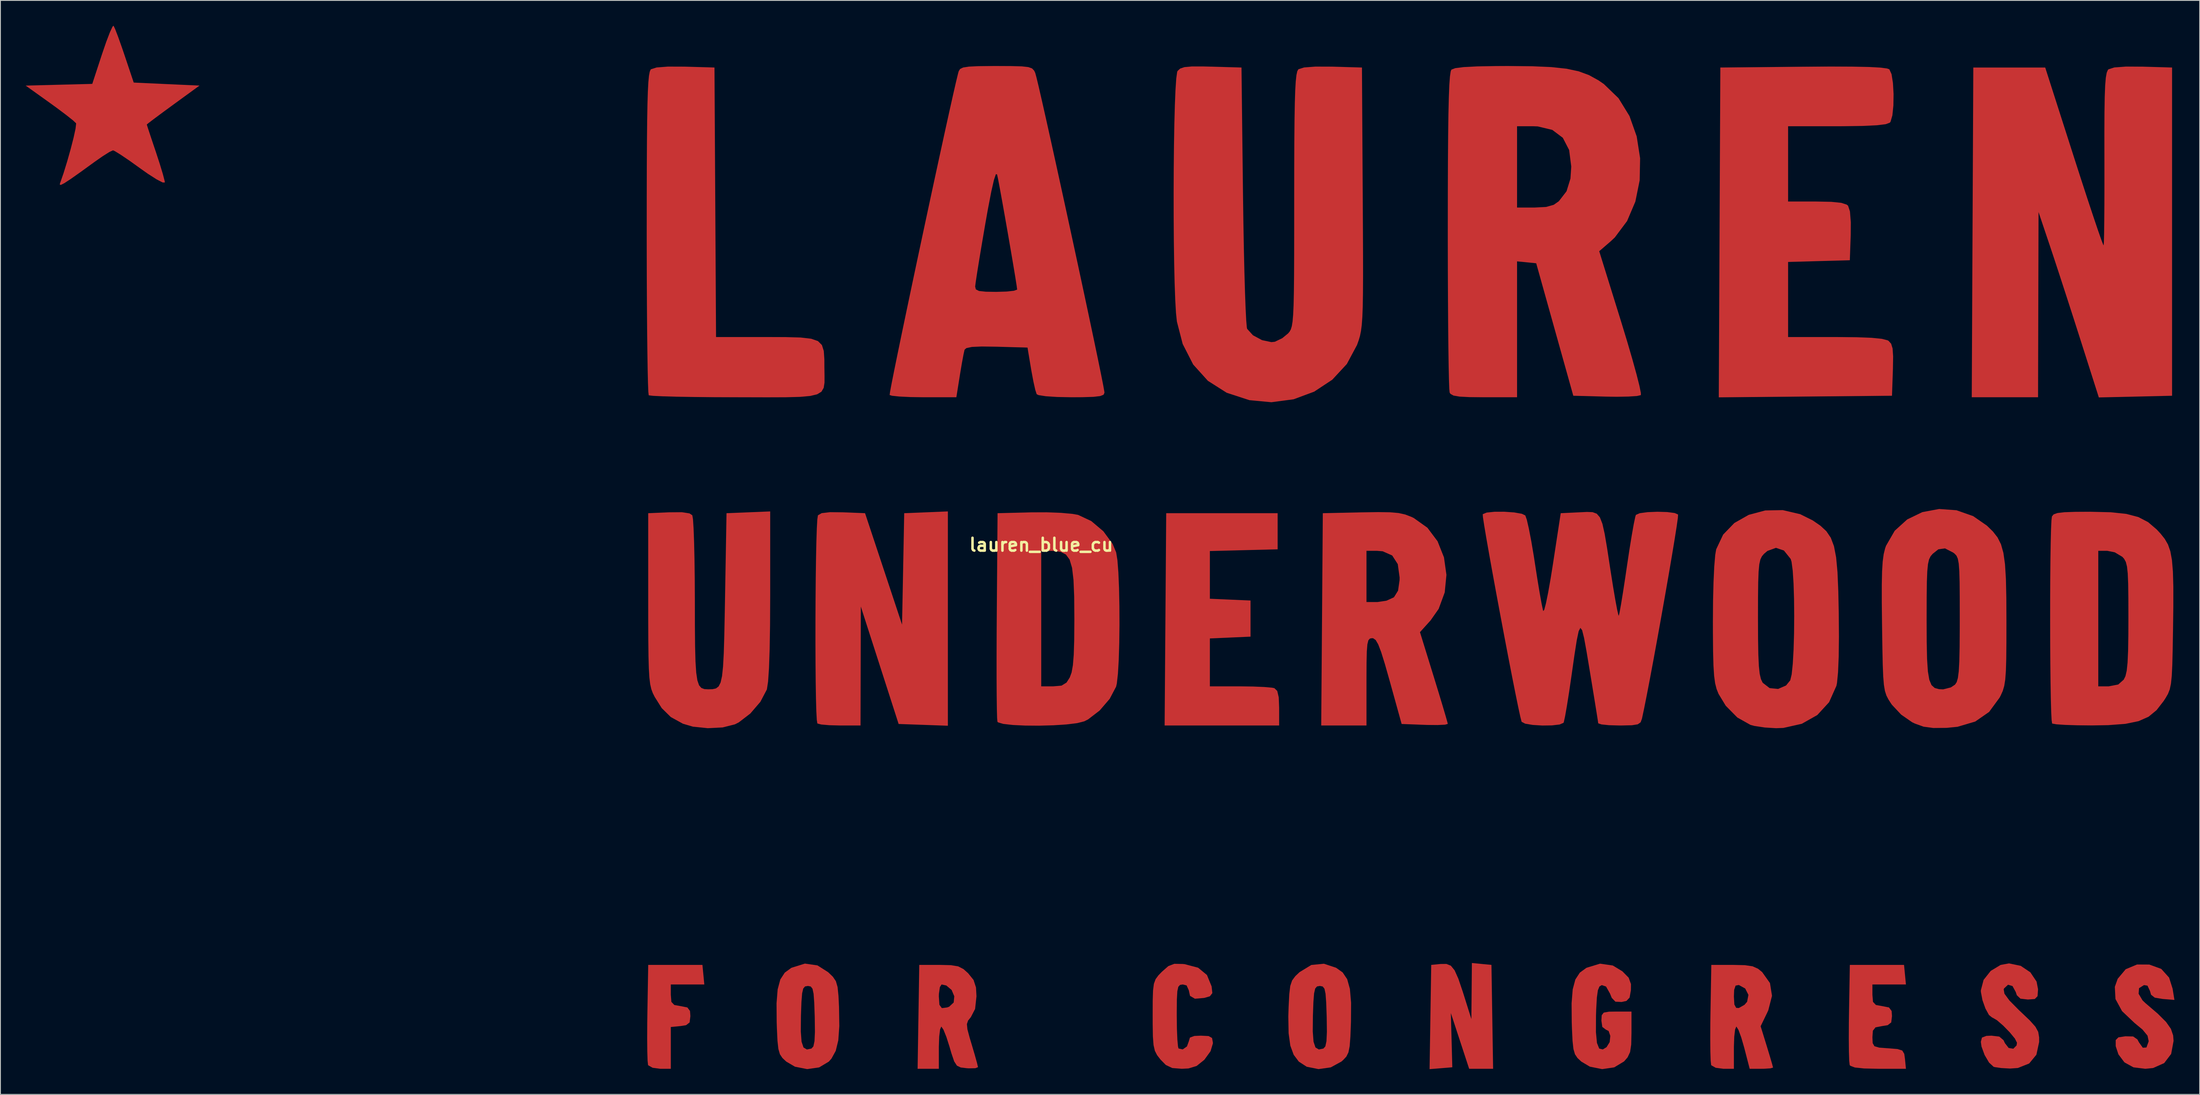
<source format=kicad_pcb>
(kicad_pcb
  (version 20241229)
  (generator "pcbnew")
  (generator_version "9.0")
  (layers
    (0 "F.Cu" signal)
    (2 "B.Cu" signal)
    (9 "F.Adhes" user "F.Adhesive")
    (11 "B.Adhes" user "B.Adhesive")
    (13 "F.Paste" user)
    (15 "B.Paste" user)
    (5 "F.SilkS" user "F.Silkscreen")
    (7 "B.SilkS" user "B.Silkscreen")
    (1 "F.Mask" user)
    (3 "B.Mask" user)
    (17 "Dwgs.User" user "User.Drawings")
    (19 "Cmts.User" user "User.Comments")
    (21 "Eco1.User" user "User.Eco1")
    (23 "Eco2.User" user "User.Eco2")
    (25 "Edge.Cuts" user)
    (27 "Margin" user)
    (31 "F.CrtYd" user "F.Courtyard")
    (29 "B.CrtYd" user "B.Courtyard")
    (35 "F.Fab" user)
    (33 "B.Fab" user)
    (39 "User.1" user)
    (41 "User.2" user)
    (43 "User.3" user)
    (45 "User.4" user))
  (footprint "lauren_blue_cu"
    (layer "F.Cu")
    (at 120.639 61.674)
    (property "Reference" "lauren_blue_cu" (at 0 0 0) (layer "F.SilkS") (effects (font (size 1.524 1.524) (thickness 0.3))))
    (attr through_hole)
    (fp_poly (pts (xy 52.32 49.794) (xy 53.483 49.906) (xy 53.679 62.248) (xy 50.833 62.248) (xy 48.661 55.63) (xy 48.747 58.849) (xy 48.832 62.069) (xy 46.132 62.292) (xy 46.23 56.099) (xy 46.328 49.906) (xy 47.432 49.798) (xy 48.133 49.792) (xy 48.663 50.006) (xy 49.108 50.553) (xy 49.551 51.546) (xy 50.076 53.095) (xy 50.199 53.483) (xy 51.098 56.345) (xy 51.158 49.681)) (stroke (width 0) (type solid)) (fill yes) (layer "F.Cu"))
    (fp_poly (pts (xy 28.083 0.537) (xy 24.058 0.638) (xy 20.034 0.739) (xy 20.034 6.407) (xy 22.449 6.513) (xy 24.863 6.618) (xy 24.863 10.911) (xy 22.449 11.017) (xy 20.034 11.123) (xy 20.034 16.814) (xy 23.582 16.814) (xy 25.157 16.835) (xy 26.499 16.892) (xy 27.422 16.974) (xy 27.696 17.031) (xy 28.038 17.363) (xy 28.214 18.121) (xy 28.262 19.357) (xy 28.262 21.465) (xy 14.658 21.465) (xy 14.846 -3.756) (xy 28.083 -3.756)) (stroke (width 0) (type solid)) (fill yes) (layer "F.Cu"))
    (fp_poly (pts (xy -40.022 52.231) (xy -44.003 52.231) (xy -44.003 53.46) (xy -43.933 54.301) (xy -43.586 54.67) (xy -42.84 54.802) (xy -42.034 54.963) (xy -41.722 55.381) (xy -41.677 55.987) (xy -41.768 56.74) (xy -42.188 57.069) (xy -42.84 57.173) (xy -44.003 57.285) (xy -44.003 62.248) (xy -45.266 62.248) (xy -46.162 62.129) (xy -46.681 61.835) (xy -46.707 61.786) (xy -46.761 61.285) (xy -46.796 60.202) (xy -46.81 58.67) (xy -46.802 56.822) (xy -46.785 55.615) (xy -46.686 49.906) (xy -40.246 49.906)) (stroke (width 0) (type solid)) (fill yes) (layer "F.Cu"))
    (fp_poly (pts (xy -11.09 21.494) (xy -14.015 21.39) (xy -16.94 21.286) (xy -19.186 14.31) (xy -21.432 7.334) (xy -21.465 21.465) (xy -23.909 21.465) (xy -25.172 21.432) (xy -26.135 21.347) (xy -26.592 21.227) (xy -26.592 21.226) (xy -26.66 20.811) (xy -26.716 19.783) (xy -26.76 18.241) (xy -26.792 16.289) (xy -26.812 14.028) (xy -26.822 11.559) (xy -26.82 8.983) (xy -26.808 6.402) (xy -26.786 3.918) (xy -26.753 1.632) (xy -26.711 -0.354) (xy -26.659 -1.939) (xy -26.598 -3.022) (xy -26.528 -3.5) (xy -26.526 -3.505) (xy -26.075 -3.764) (xy -25.09 -3.878) (xy -23.58 -3.863) (xy -20.928 -3.756) (xy -18.73 2.862) (xy -16.533 9.48) (xy -16.405 2.862) (xy -16.277 -3.756) (xy -13.684 -3.861) (xy -11.09 -3.967)) (stroke (width 0) (type solid)) (fill yes) (layer "F.Cu"))
    (fp_poly (pts (xy 102.719 52.231) (xy 98.738 52.231) (xy 98.738 53.46) (xy 98.807 54.301) (xy 99.155 54.67) (xy 99.901 54.802) (xy 100.706 54.963) (xy 101.019 55.381) (xy 101.063 55.987) (xy 100.973 56.74) (xy 100.553 57.069) (xy 99.901 57.173) (xy 99.108 57.324) (xy 98.792 57.729) (xy 98.738 58.496) (xy 98.769 59.201) (xy 98.981 59.572) (xy 99.554 59.736) (xy 100.616 59.814) (xy 101.711 59.902) (xy 102.283 60.081) (xy 102.521 60.475) (xy 102.606 61.085) (xy 102.719 62.248) (xy 99.465 62.248) (xy 97.738 62.211) (xy 96.645 62.095) (xy 96.108 61.888) (xy 96.034 61.786) (xy 95.98 61.285) (xy 95.945 60.202) (xy 95.931 58.67) (xy 95.939 56.822) (xy 95.956 55.615) (xy 96.055 49.906) (xy 102.494 49.906)) (stroke (width 0) (type solid)) (fill yes) (layer "F.Cu"))
    (fp_poly (pts (xy 130.809 -56.806) (xy 134.334 -56.703) (xy 134.334 -17.708) (xy 125.634 -17.508) (xy 123.435 -24.405) (xy 122.65 -26.858) (xy 121.827 -29.404) (xy 121.034 -31.843) (xy 120.334 -33.975) (xy 119.854 -35.417) (xy 118.471 -39.531) (xy 118.414 -17.53) (xy 110.538 -17.53) (xy 110.63 -37.116) (xy 110.723 -56.703) (xy 119.265 -56.703) (xy 122.671 -46.075) (xy 123.511 -43.468) (xy 124.284 -41.101) (xy 124.963 -39.054) (xy 125.52 -37.407) (xy 125.928 -36.242) (xy 126.16 -35.639) (xy 126.202 -35.573) (xy 126.233 -35.948) (xy 126.259 -36.949) (xy 126.279 -38.482) (xy 126.293 -40.456) (xy 126.299 -42.782) (xy 126.297 -45.366) (xy 126.296 -45.88) (xy 126.292 -48.936) (xy 126.303 -51.35) (xy 126.333 -53.198) (xy 126.385 -54.554) (xy 126.463 -55.492) (xy 126.569 -56.087) (xy 126.707 -56.412) (xy 126.775 -56.485) (xy 127.466 -56.71) (xy 128.846 -56.816)) (stroke (width 0) (type solid)) (fill yes) (layer "F.Cu"))
    (fp_poly (pts (xy 131.629 49.865) (xy 133.051 50.383) (xy 133.98 51.415) (xy 134.396 52.724) (xy 134.614 54.069) (xy 133.222 53.955) (xy 132.277 53.798) (xy 131.835 53.448) (xy 131.713 53.015) (xy 131.413 52.374) (xy 131.001 52.304) (xy 130.412 52.671) (xy 130.359 53.333) (xy 130.829 54.124) (xy 131.172 54.449) (xy 132.645 55.71) (xy 133.623 56.687) (xy 134.198 57.505) (xy 134.463 58.288) (xy 134.513 58.94) (xy 134.226 60.483) (xy 133.398 61.572) (xy 132.082 62.158) (xy 131.151 62.248) (xy 129.752 62.078) (xy 128.717 61.508) (xy 128.642 61.443) (xy 127.959 60.533) (xy 127.639 59.565) (xy 127.638 58.839) (xy 127.958 58.514) (xy 128.789 58.387) (xy 129.71 58.409) (xy 130.216 58.761) (xy 130.399 59.102) (xy 130.86 59.749) (xy 131.287 59.718) (xy 131.543 59.024) (xy 131.552 58.95) (xy 131.416 58.312) (xy 130.821 57.587) (xy 129.869 56.8) (xy 128.389 55.396) (xy 127.609 53.961) (xy 127.534 52.512) (xy 127.872 51.558) (xy 128.825 50.422) (xy 130.173 49.859)) (stroke (width 0) (type solid)) (fill yes) (layer "F.Cu"))
    (fp_poly (pts (xy 96.339 -56.809) (xy 98.303 -56.768) (xy 99.672 -56.694) (xy 100.485 -56.587) (xy 100.751 -56.486) (xy 101.01 -55.917) (xy 101.177 -54.861) (xy 101.251 -53.544) (xy 101.229 -52.189) (xy 101.11 -51.021) (xy 100.89 -50.262) (xy 100.813 -50.156) (xy 100.329 -49.973) (xy 99.271 -49.842) (xy 97.595 -49.762) (xy 95.259 -49.728) (xy 94.552 -49.727) (xy 88.721 -49.727) (xy 88.721 -40.783) (xy 92.076 -40.783) (xy 93.857 -40.747) (xy 95.028 -40.628) (xy 95.688 -40.414) (xy 95.847 -40.281) (xy 96.069 -39.607) (xy 96.171 -38.315) (xy 96.159 -36.793) (xy 96.055 -33.807) (xy 92.388 -33.705) (xy 88.721 -33.603) (xy 88.721 -24.685) (xy 94.377 -24.685) (xy 96.842 -24.662) (xy 98.653 -24.592) (xy 99.869 -24.469) (xy 100.552 -24.29) (xy 100.653 -24.231) (xy 100.961 -23.892) (xy 101.134 -23.33) (xy 101.198 -22.386) (xy 101.174 -20.901) (xy 101.169 -20.743) (xy 101.063 -17.708) (xy 90.775 -17.614) (xy 80.487 -17.519) (xy 80.579 -37.111) (xy 80.672 -56.703) (xy 90.466 -56.798) (xy 93.74 -56.819)) (stroke (width 0) (type solid)) (fill yes) (layer "F.Cu"))
    (fp_poly (pts (xy 83.58 49.939) (xy 84.503 50.074) (xy 85.154 50.366) (xy 85.646 50.768) (xy 86.568 52.065) (xy 86.81 53.578) (xy 86.371 55.294) (xy 86.233 55.596) (xy 85.459 57.195) (xy 86.196 59.58) (xy 86.561 60.783) (xy 86.825 61.686) (xy 86.932 62.102) (xy 86.932 62.107) (xy 86.615 62.196) (xy 85.826 62.245) (xy 85.545 62.248) (xy 84.158 62.248) (xy 83.509 59.744) (xy 83.156 58.524) (xy 82.827 57.632) (xy 82.589 57.244) (xy 82.57 57.239) (xy 82.428 57.567) (xy 82.325 58.429) (xy 82.282 59.644) (xy 82.282 59.744) (xy 82.282 62.248) (xy 81.018 62.248) (xy 80.123 62.129) (xy 79.603 61.835) (xy 79.578 61.786) (xy 79.523 61.285) (xy 79.488 60.202) (xy 79.474 58.67) (xy 79.483 56.822) (xy 79.5 55.615) (xy 79.534 53.662) (xy 82.282 53.662) (xy 82.339 54.614) (xy 82.554 55.01) (xy 82.869 55.03) (xy 83.541 54.648) (xy 83.851 54.288) (xy 84.009 53.47) (xy 83.624 52.71) (xy 82.869 52.294) (xy 82.488 52.363) (xy 82.314 52.872) (xy 82.282 53.662) (xy 79.534 53.662) (xy 79.599 49.906) (xy 82.164 49.906)) (stroke (width 0) (type solid)) (fill yes) (layer "F.Cu"))
    (fp_poly (pts (xy -42.408 -56.808) (xy -42.34 -56.806) (xy -38.815 -56.703) (xy -38.722 -40.694) (xy -38.629 -24.685) (xy -32.756 -24.685) (xy -30.357 -24.678) (xy -28.581 -24.627) (xy -27.333 -24.484) (xy -26.521 -24.201) (xy -26.051 -23.73) (xy -25.829 -23.023) (xy -25.762 -22.034) (xy -25.758 -21.111) (xy -25.742 -20.081) (xy -25.744 -19.268) (xy -25.841 -18.648) (xy -26.106 -18.194) (xy -26.616 -17.881) (xy -27.445 -17.683) (xy -28.669 -17.574) (xy -30.364 -17.529) (xy -32.605 -17.523) (xy -35.466 -17.529) (xy -36.29 -17.53) (xy -38.909 -17.538) (xy -41.293 -17.561) (xy -43.347 -17.596) (xy -44.98 -17.643) (xy -46.098 -17.697) (xy -46.608 -17.758) (xy -46.626 -17.768) (xy -46.672 -18.161) (xy -46.714 -19.203) (xy -46.753 -20.827) (xy -46.787 -22.966) (xy -46.817 -25.553) (xy -46.84 -28.523) (xy -46.856 -31.807) (xy -46.864 -35.339) (xy -46.865 -37.043) (xy -46.862 -41.319) (xy -46.854 -44.934) (xy -46.837 -47.941) (xy -46.812 -50.393) (xy -46.777 -52.344) (xy -46.73 -53.847) (xy -46.67 -54.957) (xy -46.596 -55.726) (xy -46.506 -56.208) (xy -46.399 -56.457) (xy -46.365 -56.494) (xy -45.696 -56.708) (xy -44.363 -56.813)) (stroke (width 0) (type solid)) (fill yes) (layer "F.Cu"))
    (fp_poly (pts (xy -26.583 49.965) (xy -25.316 50.771) (xy -24.748 51.316) (xy -24.394 51.839) (xy -24.193 52.53) (xy -24.085 53.583) (xy -24.021 54.898) (xy -23.985 57.17) (xy -24.106 58.866) (xy -24.408 60.112) (xy -24.914 61.035) (xy -25.229 61.393) (xy -26.384 62.085) (xy -27.81 62.287) (xy -29.256 62) (xy -30.299 61.385) (xy -30.746 60.965) (xy -31.042 60.522) (xy -31.224 59.898) (xy -31.331 58.936) (xy -31.384 57.807) (xy -28.562 57.807) (xy -28.469 59.032) (xy -28.237 59.719) (xy -27.84 59.955) (xy -27.299 59.847) (xy -27.068 59.592) (xy -26.934 58.969) (xy -26.883 57.865) (xy -26.905 56.168) (xy -26.908 56.034) (xy -26.965 54.392) (xy -27.043 53.336) (xy -27.171 52.74) (xy -27.378 52.474) (xy -27.694 52.41) (xy -27.725 52.41) (xy -28.054 52.464) (xy -28.27 52.713) (xy -28.404 53.286) (xy -28.485 54.313) (xy -28.543 55.923) (xy -28.544 55.958) (xy -28.562 57.807) (xy -31.384 57.807) (xy -31.4 57.48) (xy -31.426 56.71) (xy -31.443 54.468) (xy -31.311 52.816) (xy -30.996 51.641) (xy -30.468 50.829) (xy -29.695 50.265) (xy -29.66 50.247) (xy -28.071 49.751)) (stroke (width 0) (type solid)) (fill yes) (layer "F.Cu"))
    (fp_poly (pts (xy -10.736 49.938) (xy -9.866 50.081) (xy -9.234 50.405) (xy -8.683 50.898) (xy -8.038 51.697) (xy -7.749 52.591) (xy -7.692 53.633) (xy -7.855 55.139) (xy -8.358 56.112) (xy -8.691 56.524) (xy -8.83 56.942) (xy -8.769 57.556) (xy -8.502 58.557) (xy -8.268 59.335) (xy -7.899 60.581) (xy -7.63 61.547) (xy -7.514 62.04) (xy -7.513 62.057) (xy -7.827 62.181) (xy -8.607 62.196) (xy -8.854 62.18) (xy -9.563 62.093) (xy -10.017 61.874) (xy -10.344 61.364) (xy -10.669 60.407) (xy -10.888 59.654) (xy -11.268 58.462) (xy -11.616 57.599) (xy -11.861 57.241) (xy -11.872 57.239) (xy -12.015 57.567) (xy -12.12 58.429) (xy -12.163 59.644) (xy -12.163 59.744) (xy -12.163 62.248) (xy -14.685 62.248) (xy -14.587 56.077) (xy -14.548 53.662) (xy -12.163 53.662) (xy -12.094 54.647) (xy -11.805 55.042) (xy -11.18 54.962) (xy -10.941 54.876) (xy -10.401 54.375) (xy -10.328 53.636) (xy -10.645 52.886) (xy -11.275 52.353) (xy -11.835 52.231) (xy -12.041 52.548) (xy -12.155 53.341) (xy -12.163 53.662) (xy -14.548 53.662) (xy -14.489 49.906) (xy -12.082 49.906)) (stroke (width 0) (type solid)) (fill yes) (layer "F.Cu"))
    (fp_poly (pts (xy 35.027 50.247) (xy 35.809 50.804) (xy 36.346 51.605) (xy 36.668 52.763) (xy 36.808 54.395) (xy 36.795 56.613) (xy 36.792 56.71) (xy 36.728 58.412) (xy 36.641 59.556) (xy 36.494 60.299) (xy 36.249 60.797) (xy 35.868 61.207) (xy 35.665 61.385) (xy 34.394 62.081) (xy 32.934 62.287) (xy 31.535 62.005) (xy 30.595 61.393) (xy 29.985 60.578) (xy 29.59 59.5) (xy 29.387 58.031) (xy 29.383 57.807) (xy 32.255 57.807) (xy 32.348 59.032) (xy 32.579 59.719) (xy 32.977 59.955) (xy 33.518 59.847) (xy 33.749 59.592) (xy 33.883 58.969) (xy 33.934 57.865) (xy 33.912 56.168) (xy 33.909 56.034) (xy 33.852 54.392) (xy 33.774 53.336) (xy 33.646 52.74) (xy 33.439 52.474) (xy 33.123 52.41) (xy 33.092 52.41) (xy 32.763 52.464) (xy 32.547 52.713) (xy 32.413 53.286) (xy 32.332 54.313) (xy 32.274 55.923) (xy 32.273 55.958) (xy 32.255 57.807) (xy 29.383 57.807) (xy 29.352 56.046) (xy 29.387 54.898) (xy 29.464 53.39) (xy 29.582 52.405) (xy 29.803 51.752) (xy 30.186 51.239) (xy 30.682 50.771) (xy 32.084 49.915) (xy 33.581 49.768)) (stroke (width 0) (type solid)) (fill yes) (layer "F.Cu"))
    (fp_poly (pts (xy -110.012 -61.272) (xy -109.657 -60.348) (xy -109.199 -59.061) (xy -108.905 -58.198) (xy -107.803 -54.914) (xy -103.896 -54.735) (xy -99.99 -54.556) (xy -103.12 -52.279) (xy -104.389 -51.349) (xy -105.411 -50.59) (xy -106.068 -50.088) (xy -106.251 -49.931) (xy -106.144 -49.585) (xy -105.858 -48.714) (xy -105.442 -47.471) (xy -105.177 -46.686) (xy -104.707 -45.247) (xy -104.341 -44.038) (xy -104.133 -43.238) (xy -104.104 -43.045) (xy -104.368 -43.046) (xy -105.081 -43.414) (xy -106.126 -44.083) (xy -107.03 -44.722) (xy -108.287 -45.622) (xy -109.34 -46.336) (xy -110.049 -46.773) (xy -110.265 -46.865) (xy -110.694 -46.668) (xy -111.51 -46.154) (xy -112.437 -45.505) (xy -114.117 -44.287) (xy -115.299 -43.453) (xy -116.057 -42.958) (xy -116.463 -42.755) (xy -116.592 -42.8) (xy -116.559 -42.948) (xy -116.143 -44.142) (xy -115.705 -45.561) (xy -115.29 -47.031) (xy -114.945 -48.381) (xy -114.715 -49.439) (xy -114.646 -50.032) (xy -114.66 -50.088) (xy -115.026 -50.431) (xy -115.841 -51.078) (xy -116.967 -51.922) (xy -117.755 -52.493) (xy -120.639 -54.556) (xy -116.684 -54.657) (xy -112.729 -54.758) (xy -111.564 -58.312) (xy -111.069 -59.752) (xy -110.64 -60.874) (xy -110.329 -61.546) (xy -110.203 -61.674)) (stroke (width 0) (type solid)) (fill yes) (layer "F.Cu"))
    (fp_poly (pts (xy 67.899 49.979) (xy 69.036 50.669) (xy 69.784 51.428) (xy 70.057 52.188) (xy 70.048 52.905) (xy 69.895 53.788) (xy 69.518 54.188) (xy 68.946 54.313) (xy 68.207 54.277) (xy 67.771 53.823) (xy 67.563 53.311) (xy 67.093 52.476) (xy 66.589 52.306) (xy 66.312 52.471) (xy 66.125 52.924) (xy 66.004 53.789) (xy 65.926 55.192) (xy 65.901 55.962) (xy 65.894 57.9) (xy 66.016 59.179) (xy 66.283 59.846) (xy 66.711 59.95) (xy 67.155 59.679) (xy 67.524 59.08) (xy 67.602 58.341) (xy 67.398 57.757) (xy 67.077 57.597) (xy 66.651 57.277) (xy 66.541 56.524) (xy 66.58 55.889) (xy 66.82 55.572) (xy 67.446 55.463) (xy 68.33 55.451) (xy 70.118 55.451) (xy 70.118 57.971) (xy 70.086 59.364) (xy 69.952 60.262) (xy 69.658 60.888) (xy 69.24 61.37) (xy 68.066 62.08) (xy 66.627 62.289) (xy 65.172 61.996) (xy 64.146 61.385) (xy 63.699 60.965) (xy 63.403 60.522) (xy 63.221 59.898) (xy 63.114 58.936) (xy 63.045 57.48) (xy 63.02 56.71) (xy 63.002 54.468) (xy 63.134 52.816) (xy 63.449 51.641) (xy 63.978 50.829) (xy 64.75 50.265) (xy 64.785 50.247) (xy 66.383 49.76)) (stroke (width 0) (type solid)) (fill yes) (layer "F.Cu"))
    (fp_poly (pts (xy 16.807 49.796) (xy 17.05 49.822) (xy 18.639 50.242) (xy 19.687 51.108) (xy 20.24 52.459) (xy 20.241 52.464) (xy 20.328 53.257) (xy 20.035 53.635) (xy 19.364 53.831) (xy 18.26 53.927) (xy 17.674 53.584) (xy 17.53 52.925) (xy 17.266 52.343) (xy 16.814 52.231) (xy 16.493 52.279) (xy 16.285 52.507) (xy 16.167 53.043) (xy 16.113 54.015) (xy 16.099 55.549) (xy 16.099 55.928) (xy 16.118 57.485) (xy 16.171 58.762) (xy 16.248 59.599) (xy 16.312 59.838) (xy 16.811 59.946) (xy 17.31 59.592) (xy 17.53 58.99) (xy 17.664 58.544) (xy 18.189 58.348) (xy 18.961 58.313) (xy 19.881 58.36) (xy 20.291 58.59) (xy 20.391 59.132) (xy 20.392 59.235) (xy 20.116 60.159) (xy 19.403 61.144) (xy 19.346 61.202) (xy 18.46 61.914) (xy 17.492 62.209) (xy 16.695 62.248) (xy 15.567 62.159) (xy 14.797 61.793) (xy 14.163 61.147) (xy 13.763 60.63) (xy 13.498 60.109) (xy 13.341 59.427) (xy 13.264 58.425) (xy 13.239 56.948) (xy 13.237 55.932) (xy 13.242 54.163) (xy 13.28 52.954) (xy 13.383 52.153) (xy 13.583 51.605) (xy 13.913 51.156) (xy 14.327 50.728) (xy 15.1 50.049) (xy 15.811 49.777)) (stroke (width 0) (type solid)) (fill yes) (layer "F.Cu"))
    (fp_poly (pts (xy 41.429 -3.866) (xy 42.449 -3.776) (xy 43.241 -3.6) (xy 43.966 -3.32) (xy 44.248 -3.187) (xy 45.877 -2.028) (xy 47.083 -0.419) (xy 47.844 1.495) (xy 48.135 3.568) (xy 47.932 5.655) (xy 47.212 7.612) (xy 46.253 8.979) (xy 44.992 10.376) (xy 46.644 15.718) (xy 47.21 17.562) (xy 47.692 19.159) (xy 48.055 20.387) (xy 48.262 21.124) (xy 48.296 21.278) (xy 47.967 21.368) (xy 47.097 21.411) (xy 45.858 21.401) (xy 45.554 21.39) (xy 42.813 21.286) (xy 41.399 16.188) (xy 40.825 14.168) (xy 40.382 12.746) (xy 40.029 11.826) (xy 39.729 11.312) (xy 39.44 11.107) (xy 39.311 11.09) (xy 39.048 11.135) (xy 38.863 11.343) (xy 38.744 11.821) (xy 38.676 12.676) (xy 38.645 14.016) (xy 38.637 15.949) (xy 38.637 16.277) (xy 38.637 21.465) (xy 33.261 21.465) (xy 33.416 0.715) (xy 38.637 0.715) (xy 38.637 6.797) (xy 39.95 6.797) (xy 41.016 6.639) (xy 41.859 6.254) (xy 41.918 6.205) (xy 42.388 5.444) (xy 42.567 4.197) (xy 42.572 3.88) (xy 42.354 2.296) (xy 41.691 1.266) (xy 40.565 0.769) (xy 39.889 0.715) (xy 38.637 0.715) (xy 33.416 0.715) (xy 33.449 -3.756) (xy 38.054 -3.857) (xy 40.017 -3.887)) (stroke (width 0) (type solid)) (fill yes) (layer "F.Cu"))
    (fp_poly (pts (xy 116.352 50.018) (xy 117.502 50.79) (xy 118.238 51.888) (xy 118.414 52.799) (xy 118.354 53.625) (xy 118.026 53.958) (xy 117.211 54.02) (xy 117.201 54.02) (xy 116.322 53.918) (xy 115.891 53.509) (xy 115.763 53.125) (xy 115.378 52.42) (xy 114.847 52.263) (xy 114.381 52.7) (xy 114.333 52.812) (xy 114.422 53.329) (xy 115.015 54.137) (xy 116.153 55.288) (xy 116.346 55.468) (xy 117.439 56.509) (xy 118.1 57.249) (xy 118.433 57.861) (xy 118.542 58.515) (xy 118.542 59.072) (xy 118.217 60.578) (xy 117.36 61.619) (xy 116.015 62.154) (xy 115.085 62.22) (xy 114.033 62.16) (xy 113.257 62.047) (xy 113.13 62.008) (xy 112.592 61.51) (xy 112.063 60.61) (xy 111.696 59.608) (xy 111.617 59.046) (xy 111.749 58.543) (xy 112.275 58.339) (xy 112.878 58.313) (xy 113.811 58.424) (xy 114.316 58.855) (xy 114.476 59.2) (xy 114.926 59.778) (xy 115.475 59.866) (xy 115.86 59.476) (xy 115.91 59.151) (xy 115.664 58.662) (xy 115.056 57.922) (xy 114.282 57.129) (xy 113.534 56.48) (xy 113.008 56.173) (xy 112.968 56.168) (xy 112.58 55.855) (xy 112.159 55.082) (xy 111.807 54.091) (xy 111.624 53.126) (xy 111.617 52.937) (xy 111.942 51.69) (xy 112.791 50.619) (xy 113.968 49.91) (xy 114.961 49.727)) (stroke (width 0) (type solid)) (fill yes) (layer "F.Cu"))
    (fp_poly (pts (xy -32.197 6.013) (xy -32.213 9.513) (xy -32.261 12.401) (xy -32.339 14.653) (xy -32.447 16.242) (xy -32.584 17.145) (xy -32.603 17.208) (xy -33.363 18.654) (xy -34.554 20.04) (xy -35.925 21.093) (xy -36.389 21.329) (xy -37.842 21.695) (xy -39.615 21.786) (xy -41.371 21.605) (xy -42.561 21.256) (xy -44.007 20.459) (xy -45.084 19.398) (xy -45.919 18.066) (xy -46.143 17.618) (xy -46.318 17.146) (xy -46.451 16.563) (xy -46.548 15.779) (xy -46.613 14.705) (xy -46.654 13.253) (xy -46.676 11.333) (xy -46.685 8.857) (xy -46.686 6.439) (xy -46.686 -3.756) (xy -44.214 -3.863) (xy -42.686 -3.873) (xy -41.779 -3.731) (xy -41.447 -3.506) (xy -41.368 -3.037) (xy -41.298 -1.95) (xy -41.237 -0.345) (xy -41.19 1.682) (xy -41.159 4.033) (xy -41.146 6.608) (xy -41.146 6.636) (xy -41.141 9.657) (xy -41.119 12.039) (xy -41.071 13.856) (xy -40.984 15.186) (xy -40.847 16.103) (xy -40.649 16.684) (xy -40.377 17.004) (xy -40.022 17.14) (xy -39.57 17.166) (xy -39.549 17.166) (xy -39.04 17.15) (xy -38.636 17.061) (xy -38.324 16.823) (xy -38.089 16.361) (xy -37.918 15.599) (xy -37.797 14.463) (xy -37.712 12.877) (xy -37.648 10.765) (xy -37.594 8.053) (xy -37.563 6.363) (xy -37.385 -3.756) (xy -34.791 -3.861) (xy -32.197 -3.967)) (stroke (width 0) (type solid)) (fill yes) (layer "F.Cu"))
    (fp_poly (pts (xy 2.354 -3.798) (xy 3.72 -3.674) (xy 4.377 -3.555) (xy 5.944 -2.822) (xy 7.384 -1.605) (xy 8.477 -0.12) (xy 8.902 0.902) (xy 9.051 1.823) (xy 9.164 3.289) (xy 9.243 5.155) (xy 9.286 7.272) (xy 9.295 9.493) (xy 9.269 11.671) (xy 9.208 13.658) (xy 9.112 15.307) (xy 8.982 16.47) (xy 8.896 16.85) (xy 8.135 18.296) (xy 6.944 19.682) (xy 5.574 20.736) (xy 5.109 20.971) (xy 4.278 21.183) (xy 3.003 21.34) (xy 1.443 21.441) (xy -0.246 21.486) (xy -1.906 21.475) (xy -3.379 21.405) (xy -4.507 21.278) (xy -5.133 21.092) (xy -5.203 21.015) (xy -5.242 20.562) (xy -5.271 19.479) (xy -5.292 17.854) (xy -5.298 16.814) (xy 0 16.814) (xy 1.422 16.814) (xy 2.417 16.728) (xy 3.007 16.362) (xy 3.389 15.759) (xy 3.606 15.171) (xy 3.761 14.308) (xy 3.862 13.06) (xy 3.917 11.321) (xy 3.935 8.984) (xy 3.935 8.759) (xy 3.915 6.15) (xy 3.833 4.17) (xy 3.662 2.735) (xy 3.371 1.758) (xy 2.931 1.155) (xy 2.313 0.84) (xy 1.487 0.728) (xy 1.163 0.721) (xy 0 0.715) (xy 0 16.814) (xy -5.298 16.814) (xy -5.304 15.772) (xy -5.305 13.319) (xy -5.296 10.582) (xy -5.282 8.405) (xy -5.187 -3.756) (xy -1.155 -3.858) (xy 0.655 -3.863)) (stroke (width 0) (type solid)) (fill yes) (layer "F.Cu"))
    (fp_poly (pts (xy 127.043 -3.869) (xy 128.897 -3.673) (xy 130.331 -3.296) (xy 131.49 -2.691) (xy 132.518 -1.813) (xy 132.971 -1.323) (xy 133.467 -0.7) (xy 133.849 -0.035) (xy 134.129 0.769) (xy 134.32 1.809) (xy 134.434 3.182) (xy 134.485 4.985) (xy 134.484 7.315) (xy 134.448 10.044) (xy 134.407 12.447) (xy 134.362 14.249) (xy 134.299 15.562) (xy 134.202 16.5) (xy 134.058 17.178) (xy 133.85 17.709) (xy 133.564 18.206) (xy 133.326 18.569) (xy 132.493 19.642) (xy 131.544 20.422) (xy 130.353 20.95) (xy 128.797 21.27) (xy 126.75 21.425) (xy 124.824 21.457) (xy 123.096 21.442) (xy 121.636 21.395) (xy 120.588 21.324) (xy 120.096 21.236) (xy 120.084 21.226) (xy 120.024 20.821) (xy 119.973 19.803) (xy 119.93 18.271) (xy 119.897 16.329) (xy 119.872 14.077) (xy 119.856 11.617) (xy 119.85 9.051) (xy 119.852 6.479) (xy 119.864 4.004) (xy 119.885 1.726) (xy 119.901 0.715) (xy 125.569 0.715) (xy 125.569 16.814) (xy 126.801 16.814) (xy 127.939 16.596) (xy 128.59 16.019) (xy 128.795 15.603) (xy 128.945 14.961) (xy 129.047 13.989) (xy 129.11 12.587) (xy 129.14 10.652) (xy 129.146 8.685) (xy 129.141 6.355) (xy 129.119 4.633) (xy 129.068 3.411) (xy 128.979 2.582) (xy 128.841 2.038) (xy 128.643 1.672) (xy 128.431 1.431) (xy 127.529 0.892) (xy 126.642 0.715) (xy 125.569 0.715) (xy 119.901 0.715) (xy 119.916 -0.252) (xy 119.956 -1.829) (xy 120.006 -2.905) (xy 120.062 -3.369) (xy 120.262 -3.613) (xy 120.717 -3.776) (xy 121.545 -3.873) (xy 122.863 -3.919) (xy 124.623 -3.927)) (stroke (width 0) (type solid)) (fill yes) (layer "F.Cu"))
    (fp_poly (pts (xy 58.324 -56.854) (xy 60.598 -56.754) (xy 62.399 -56.561) (xy 63.849 -56.25) (xy 65.07 -55.8) (xy 66.18 -55.188) (xy 66.834 -54.741) (xy 68.576 -53.059) (xy 69.879 -50.942) (xy 70.736 -48.523) (xy 71.141 -45.932) (xy 71.091 -43.305) (xy 70.577 -40.771) (xy 69.596 -38.465) (xy 68.14 -36.518) (xy 67.643 -36.052) (xy 66.285 -34.88) (xy 68.899 -26.473) (xy 69.61 -24.142) (xy 70.224 -22.036) (xy 70.717 -20.252) (xy 71.062 -18.885) (xy 71.233 -18.031) (xy 71.232 -17.785) (xy 70.779 -17.68) (xy 69.771 -17.612) (xy 68.368 -17.588) (xy 67.078 -17.606) (xy 63.205 -17.708) (xy 61.001 -25.579) (xy 58.798 -33.449) (xy 56.524 -33.674) (xy 56.524 -17.53) (xy 52.627 -17.53) (xy 50.858 -17.546) (xy 49.681 -17.608) (xy 48.974 -17.731) (xy 48.613 -17.932) (xy 48.513 -18.095) (xy 48.471 -18.553) (xy 48.432 -19.658) (xy 48.396 -21.339) (xy 48.365 -23.53) (xy 48.338 -26.16) (xy 48.318 -29.16) (xy 48.303 -32.463) (xy 48.296 -35.997) (xy 48.296 -37.342) (xy 48.3 -41.761) (xy 48.313 -45.506) (xy 48.337 -48.622) (xy 48.352 -49.727) (xy 56.524 -49.727) (xy 56.524 -40.068) (xy 58.603 -40.068) (xy 59.975 -40.138) (xy 60.882 -40.393) (xy 61.487 -40.817) (xy 62.4 -41.999) (xy 62.867 -43.508) (xy 62.963 -44.938) (xy 62.711 -46.901) (xy 61.959 -48.355) (xy 60.713 -49.292) (xy 58.982 -49.706) (xy 58.412 -49.727) (xy 56.524 -49.727) (xy 48.352 -49.727) (xy 48.371 -51.149) (xy 48.418 -53.132) (xy 48.477 -54.613) (xy 48.551 -55.633) (xy 48.639 -56.237) (xy 48.725 -56.452) (xy 49.185 -56.628) (xy 50.195 -56.755) (xy 51.802 -56.837) (xy 54.053 -56.877) (xy 55.457 -56.882)) (stroke (width 0) (type solid)) (fill yes) (layer "F.Cu"))
    (fp_poly (pts (xy 90.158 -3.638) (xy 91.652 -2.895) (xy 92.563 -2.267) (xy 93.268 -1.615) (xy 93.795 -0.838) (xy 94.172 0.165) (xy 94.427 1.492) (xy 94.589 3.244) (xy 94.685 5.522) (xy 94.739 8.094) (xy 94.761 10.916) (xy 94.732 13.293) (xy 94.655 15.148) (xy 94.532 16.403) (xy 94.462 16.753) (xy 93.592 18.699) (xy 92.192 20.222) (xy 90.351 21.261) (xy 88.157 21.755) (xy 87.29 21.786) (xy 85.952 21.705) (xy 84.733 21.521) (xy 84.249 21.392) (xy 82.687 20.513) (xy 81.31 19.115) (xy 80.456 17.708) (xy 80.224 17.125) (xy 80.052 16.444) (xy 79.932 15.553) (xy 79.854 14.34) (xy 79.81 12.693) (xy 79.79 10.5) (xy 79.787 9.123) (xy 79.791 8.685) (xy 85.144 8.685) (xy 85.153 11.165) (xy 85.185 13.03) (xy 85.247 14.381) (xy 85.347 15.32) (xy 85.493 15.947) (xy 85.691 16.363) (xy 85.715 16.397) (xy 86.529 17.025) (xy 87.536 17.122) (xy 88.476 16.714) (xy 88.976 16.099) (xy 89.145 15.397) (xy 89.277 14.133) (xy 89.372 12.456) (xy 89.429 10.514) (xy 89.447 8.455) (xy 89.427 6.428) (xy 89.368 4.579) (xy 89.269 3.059) (xy 89.13 2.015) (xy 89.025 1.676) (xy 88.224 0.678) (xy 87.277 0.357) (xy 86.264 0.728) (xy 85.859 1.073) (xy 85.611 1.366) (xy 85.427 1.747) (xy 85.299 2.318) (xy 85.217 3.186) (xy 85.17 4.453) (xy 85.149 6.224) (xy 85.144 8.604) (xy 85.144 8.685) (xy 79.791 8.685) (xy 79.806 6.641) (xy 79.862 4.414) (xy 79.95 2.562) (xy 80.064 1.205) (xy 80.177 0.537) (xy 81.003 -1.211) (xy 82.335 -2.59) (xy 84.045 -3.56) (xy 86.004 -4.083) (xy 88.084 -4.122)) (stroke (width 0) (type solid)) (fill yes) (layer "F.Cu"))
    (fp_poly (pts (xy 20.218 -56.806) (xy 23.79 -56.703) (xy 23.97 -41.499) (xy 24.016 -38.249) (xy 24.071 -35.207) (xy 24.135 -32.451) (xy 24.205 -30.058) (xy 24.278 -28.105) (xy 24.351 -26.671) (xy 24.423 -25.833) (xy 24.461 -25.655) (xy 25.152 -24.893) (xy 26.223 -24.316) (xy 27.339 -24.08) (xy 27.754 -24.123) (xy 28.633 -24.546) (xy 29.325 -25.114) (xy 29.502 -25.325) (xy 29.648 -25.588) (xy 29.765 -25.969) (xy 29.857 -26.535) (xy 29.927 -27.354) (xy 29.978 -28.492) (xy 30.012 -30.015) (xy 30.034 -31.992) (xy 30.045 -34.489) (xy 30.05 -37.573) (xy 30.051 -40.986) (xy 30.054 -44.768) (xy 30.066 -47.895) (xy 30.088 -50.427) (xy 30.122 -52.424) (xy 30.17 -53.946) (xy 30.234 -55.052) (xy 30.316 -55.805) (xy 30.417 -56.262) (xy 30.541 -56.485) (xy 30.551 -56.494) (xy 31.219 -56.708) (xy 32.553 -56.813) (xy 34.508 -56.808) (xy 34.575 -56.806) (xy 38.1 -56.703) (xy 38.193 -41.254) (xy 38.215 -37.52) (xy 38.228 -34.429) (xy 38.231 -31.911) (xy 38.22 -29.894) (xy 38.193 -28.306) (xy 38.147 -27.076) (xy 38.078 -26.132) (xy 37.985 -25.402) (xy 37.865 -24.815) (xy 37.714 -24.3) (xy 37.53 -23.784) (xy 37.513 -23.738) (xy 36.304 -21.48) (xy 34.574 -19.615) (xy 32.43 -18.199) (xy 29.983 -17.289) (xy 27.342 -16.939) (xy 24.732 -17.183) (xy 22.03 -18.065) (xy 19.797 -19.484) (xy 18.049 -21.421) (xy 16.803 -23.859) (xy 16.116 -26.519) (xy 16.008 -27.545) (xy 15.918 -29.114) (xy 15.845 -31.133) (xy 15.79 -33.508) (xy 15.752 -36.145) (xy 15.732 -38.95) (xy 15.728 -41.829) (xy 15.74 -44.688) (xy 15.768 -47.434) (xy 15.813 -49.972) (xy 15.873 -52.208) (xy 15.949 -54.049) (xy 16.04 -55.4) (xy 16.146 -56.167) (xy 16.193 -56.291) (xy 16.502 -56.577) (xy 17.013 -56.75) (xy 17.871 -56.828) (xy 19.219 -56.83)) (stroke (width 0) (type solid)) (fill yes) (layer "F.Cu"))
    (fp_poly (pts (xy 108.719 -4.107) (xy 110.706 -3.408) (xy 112.338 -2.278) (xy 113.05 -1.584) (xy 113.601 -0.881) (xy 114.01 -0.067) (xy 114.298 0.959) (xy 114.487 2.298) (xy 114.596 4.052) (xy 114.646 6.32) (xy 114.658 9.123) (xy 114.654 11.643) (xy 114.636 13.559) (xy 114.593 14.978) (xy 114.517 16.011) (xy 114.396 16.768) (xy 114.222 17.358) (xy 113.983 17.891) (xy 113.846 18.155) (xy 112.602 19.851) (xy 110.952 20.996) (xy 108.845 21.62) (xy 107.535 21.748) (xy 105.969 21.762) (xy 104.814 21.607) (xy 103.777 21.233) (xy 103.449 21.074) (xy 102.15 20.172) (xy 101.049 18.997) (xy 100.945 18.847) (xy 100.634 18.362) (xy 100.398 17.901) (xy 100.224 17.362) (xy 100.102 16.638) (xy 100.019 15.626) (xy 99.963 14.223) (xy 99.922 12.323) (xy 99.885 9.823) (xy 99.881 9.522) (xy 99.874 8.918) (xy 105.177 8.918) (xy 105.187 11.558) (xy 105.23 13.568) (xy 105.326 15.033) (xy 105.496 16.038) (xy 105.761 16.669) (xy 106.139 17.011) (xy 106.652 17.15) (xy 107.145 17.172) (xy 108.06 16.939) (xy 108.551 16.61) (xy 108.745 16.318) (xy 108.89 15.822) (xy 108.993 15.028) (xy 109.059 13.842) (xy 109.096 12.169) (xy 109.111 9.915) (xy 109.113 8.76) (xy 109.11 6.301) (xy 109.096 4.459) (xy 109.059 3.135) (xy 108.991 2.231) (xy 108.881 1.647) (xy 108.72 1.285) (xy 108.496 1.047) (xy 108.318 0.915) (xy 107.359 0.424) (xy 106.57 0.535) (xy 105.893 1.073) (xy 105.648 1.361) (xy 105.466 1.735) (xy 105.338 2.296) (xy 105.255 3.147) (xy 105.206 4.39) (xy 105.184 6.126) (xy 105.178 8.459) (xy 105.177 8.918) (xy 99.874 8.918) (xy 99.851 6.825) (xy 99.851 4.739) (xy 99.885 3.16) (xy 99.958 1.984) (xy 100.076 1.108) (xy 100.244 0.427) (xy 100.351 0.121) (xy 101.384 -1.669) (xy 102.867 -3.012) (xy 104.67 -3.884) (xy 106.664 -4.257)) (stroke (width 0) (type solid)) (fill yes) (layer "F.Cu"))
    (fp_poly (pts (xy -3.522 -56.875) (xy -2.296 -56.839) (xy -1.527 -56.752) (xy -1.085 -56.591) (xy -0.842 -56.334) (xy -0.717 -56.077) (xy -0.581 -55.587) (xy -0.314 -54.48) (xy 0.065 -52.834) (xy 0.539 -50.732) (xy 1.092 -48.252) (xy 1.705 -45.475) (xy 2.361 -42.48) (xy 3.044 -39.348) (xy 3.735 -36.159) (xy 4.418 -32.993) (xy 5.075 -29.93) (xy 5.688 -27.051) (xy 6.241 -24.434) (xy 6.716 -22.161) (xy 7.095 -20.311) (xy 7.362 -18.965) (xy 7.498 -18.202) (xy 7.513 -18.073) (xy 7.404 -17.829) (xy 7.002 -17.67) (xy 6.191 -17.577) (xy 4.858 -17.536) (xy 3.599 -17.53) (xy 1.887 -17.562) (xy 0.54 -17.65) (xy -0.311 -17.783) (xy -0.54 -17.893) (xy -0.707 -18.406) (xy -0.934 -19.417) (xy -1.176 -20.716) (xy -1.198 -20.845) (xy -1.63 -23.432) (xy -5.293 -23.534) (xy -7.077 -23.559) (xy -8.243 -23.507) (xy -8.891 -23.371) (xy -9.106 -23.177) (xy -9.233 -22.613) (xy -9.428 -21.562) (xy -9.65 -20.24) (xy -9.668 -20.123) (xy -10.082 -17.53) (xy -13.963 -17.53) (xy -15.554 -17.553) (xy -16.861 -17.616) (xy -17.731 -17.708) (xy -18.009 -17.798) (xy -17.959 -18.173) (xy -17.773 -19.169) (xy -17.467 -20.71) (xy -17.058 -22.716) (xy -16.563 -25.111) (xy -15.997 -27.818) (xy -15.396 -30.677) (xy -7.848 -30.677) (xy -7.766 -30.345) (xy -7.394 -30.155) (xy -6.584 -30.069) (xy -5.366 -30.051) (xy -4.132 -30.087) (xy -3.238 -30.183) (xy -2.864 -30.317) (xy -2.862 -30.328) (xy -2.922 -30.794) (xy -3.085 -31.827) (xy -3.328 -33.289) (xy -3.626 -35.042) (xy -3.956 -36.95) (xy -4.294 -38.875) (xy -4.615 -40.68) (xy -4.896 -42.226) (xy -5.113 -43.377) (xy -5.243 -43.995) (xy -5.244 -44.003) (xy -5.387 -44.032) (xy -5.616 -43.351) (xy -5.933 -41.961) (xy -6.337 -39.864) (xy -6.65 -38.1) (xy -7.018 -35.946) (xy -7.342 -34.008) (xy -7.601 -32.404) (xy -7.776 -31.257) (xy -7.848 -30.688) (xy -7.848 -30.677) (xy -15.396 -30.677) (xy -15.379 -30.758) (xy -14.723 -33.854) (xy -14.047 -37.028) (xy -13.367 -40.204) (xy -12.7 -43.302) (xy -12.062 -46.247) (xy -11.471 -48.959) (xy -10.941 -51.362) (xy -10.491 -53.378) (xy -10.136 -54.93) (xy -9.893 -55.939) (xy -9.806 -56.256) (xy -9.646 -56.523) (xy -9.282 -56.703) (xy -8.592 -56.811) (xy -7.455 -56.865) (xy -5.748 -56.881) (xy -5.334 -56.882)) (stroke (width 0) (type solid)) (fill yes) (layer "F.Cu"))
    (fp_poly (pts (xy 56.178 -3.848) (xy 57.093 -3.687) (xy 57.504 -3.488) (xy 57.681 -2.989) (xy 57.927 -1.92) (xy 58.216 -0.42) (xy 58.519 1.373) (xy 58.638 2.146) (xy 58.93 4.027) (xy 59.204 5.68) (xy 59.434 6.963) (xy 59.596 7.737) (xy 59.636 7.87) (xy 59.756 7.715) (xy 59.956 6.953) (xy 60.215 5.685) (xy 60.511 4.013) (xy 60.781 2.325) (xy 61.711 -3.756) (xy 63.95 -3.863) (xy 64.831 -3.906) (xy 65.496 -3.879) (xy 65.992 -3.695) (xy 66.365 -3.263) (xy 66.664 -2.494) (xy 66.933 -1.301) (xy 67.222 0.407) (xy 67.576 2.717) (xy 67.638 3.119) (xy 67.932 4.979) (xy 68.198 6.548) (xy 68.415 7.709) (xy 68.562 8.346) (xy 68.606 8.429) (xy 68.7 8.047) (xy 68.874 7.078) (xy 69.108 5.644) (xy 69.381 3.867) (xy 69.574 2.559) (xy 69.869 0.597) (xy 70.149 -1.124) (xy 70.389 -2.476) (xy 70.569 -3.33) (xy 70.641 -3.555) (xy 71.104 -3.757) (xy 72.036 -3.881) (xy 73.198 -3.927) (xy 74.35 -3.893) (xy 75.251 -3.776) (xy 75.652 -3.596) (xy 75.627 -3.2) (xy 75.486 -2.199) (xy 75.249 -0.69) (xy 74.932 1.228) (xy 74.552 3.458) (xy 74.126 5.901) (xy 73.673 8.459) (xy 73.21 11.035) (xy 72.753 13.531) (xy 72.32 15.849) (xy 71.928 17.891) (xy 71.595 19.558) (xy 71.36 20.66) (xy 71.204 21.084) (xy 70.864 21.325) (xy 70.174 21.436) (xy 68.967 21.464) (xy 68.681 21.465) (xy 67.445 21.43) (xy 66.546 21.337) (xy 66.167 21.206) (xy 66.165 21.196) (xy 66.103 20.771) (xy 65.943 19.761) (xy 65.705 18.286) (xy 65.408 16.468) (xy 65.141 14.846) (xy 64.772 12.636) (xy 64.484 11.063) (xy 64.25 10.136) (xy 64.045 9.868) (xy 63.842 10.266) (xy 63.616 11.342) (xy 63.34 13.106) (xy 62.989 15.567) (xy 62.972 15.687) (xy 62.7 17.537) (xy 62.446 19.136) (xy 62.233 20.35) (xy 62.083 21.043) (xy 62.047 21.143) (xy 61.583 21.347) (xy 60.663 21.454) (xy 59.518 21.469) (xy 58.382 21.398) (xy 57.487 21.248) (xy 57.065 21.024) (xy 57.063 21.018) (xy 56.91 20.418) (xy 56.656 19.247) (xy 56.32 17.602) (xy 55.919 15.583) (xy 55.473 13.286) (xy 55 10.811) (xy 54.519 8.256) (xy 54.046 5.718) (xy 53.602 3.296) (xy 53.205 1.089) (xy 52.872 -0.806) (xy 52.622 -2.291) (xy 52.474 -3.267) (xy 52.445 -3.634) (xy 52.912 -3.83) (xy 53.849 -3.927) (xy 55.017 -3.93)) (stroke (width 0) (type solid)) (fill yes) (layer "F.Cu")))
  (gr_rect
    (start -3 -3)
    (end 258.253 126.966)
    (stroke (width 0.1) (type default))
    (fill no)
    (layer "Edge.Cuts")))
</source>
